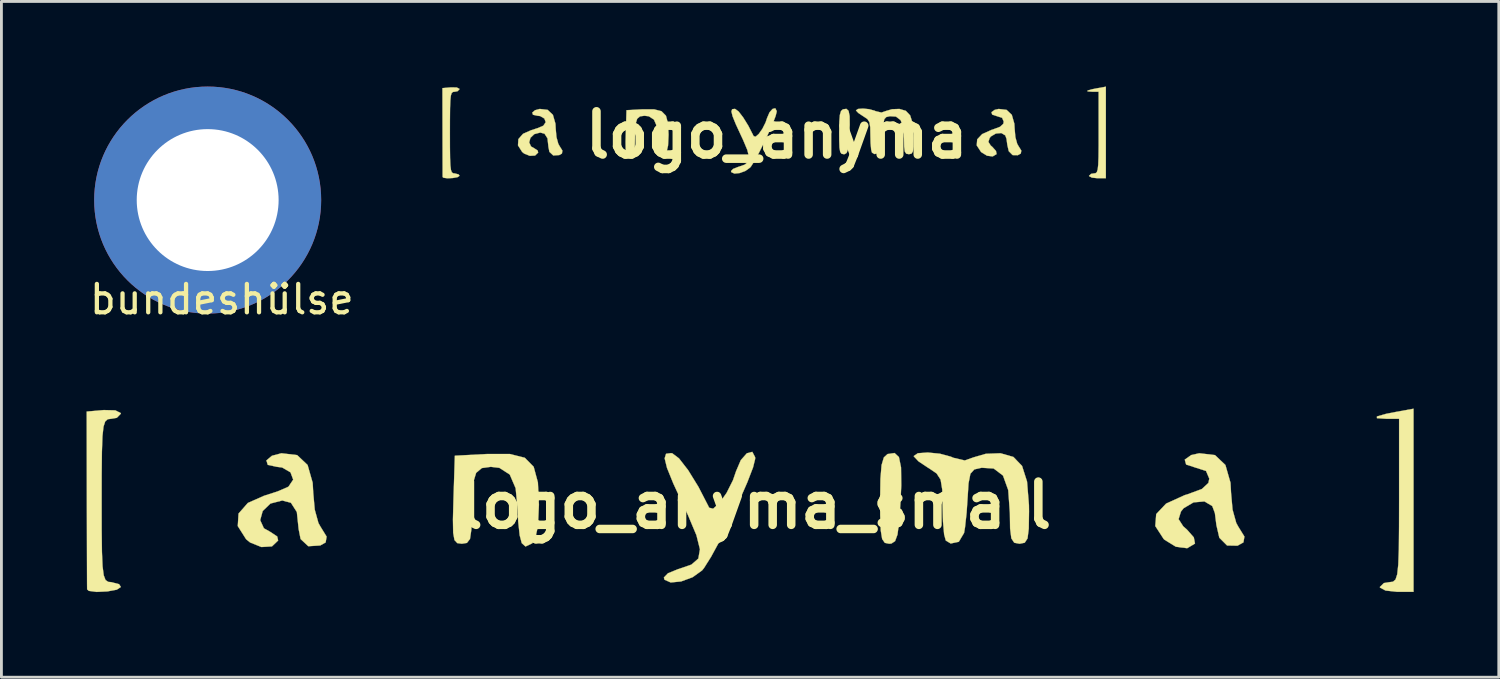
<source format=kicad_pcb>
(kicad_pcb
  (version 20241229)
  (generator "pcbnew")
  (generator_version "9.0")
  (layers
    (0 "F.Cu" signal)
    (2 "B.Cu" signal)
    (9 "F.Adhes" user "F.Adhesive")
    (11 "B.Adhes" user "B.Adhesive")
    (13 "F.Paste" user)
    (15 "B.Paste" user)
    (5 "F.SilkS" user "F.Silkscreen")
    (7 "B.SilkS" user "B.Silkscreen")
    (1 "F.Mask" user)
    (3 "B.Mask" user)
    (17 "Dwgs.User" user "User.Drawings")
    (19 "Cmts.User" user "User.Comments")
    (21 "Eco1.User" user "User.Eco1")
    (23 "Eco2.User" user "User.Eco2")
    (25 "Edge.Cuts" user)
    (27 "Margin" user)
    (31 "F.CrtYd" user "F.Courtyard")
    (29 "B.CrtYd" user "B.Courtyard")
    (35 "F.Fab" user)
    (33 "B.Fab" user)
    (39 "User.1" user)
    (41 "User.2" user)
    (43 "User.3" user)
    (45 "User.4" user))
  (footprint "bundeshülse"
    (layer "F.Cu")
    (at 4.768 7)
    (property "Reference" "bundeshülse" (at 0 0.5 0) (layer "F.SilkS") (effects (font (size 1 1) (thickness 0.15))))
    (attr through_hole)
    (pad "1" thru_hole circle (at -0.5 -3) (size 8 8) (drill 5) (layers "*.Cu" "*.Mask")))
  (footprint "logo_anyma_small"
    (layer "F.Cu")
    (at 23.561 14.755)
    (property "Reference" "logo_anyma_small" (at 0 0 0) (layer "F.SilkS") (effects (font (size 1.524 1.524) (thickness 0.3))))
    (attr through_hole)
    (fp_poly (pts (xy 5.065 -1.699) (xy 5.14 -1.333) (xy 5.148 -0.703) (xy 5.122 -0.127) (xy 5.073 0.59) (xy 5.015 1.032) (xy 4.93 1.263) (xy 4.802 1.348) (xy 4.72 1.355) (xy 4.569 1.324) (xy 4.475 1.189) (xy 4.425 0.887) (xy 4.405 0.352) (xy 4.403 -0.175) (xy 4.414 -0.933) (xy 4.454 -1.416) (xy 4.534 -1.685) (xy 4.663 -1.804) (xy 4.668 -1.806) (xy 4.912 -1.842) (xy 5.065 -1.699)) (stroke (width 0.01) (type solid)) (fill yes) (layer "F.SilkS"))
    (fp_poly (pts (xy 23.199 3.048) (xy 22.606 3.048) (xy 22.214 3.005) (xy 22.018 2.901) (xy 22.013 2.879) (xy 22.155 2.741) (xy 22.352 2.709) (xy 22.475 2.694) (xy 22.565 2.617) (xy 22.625 2.432) (xy 22.662 2.09) (xy 22.682 1.544) (xy 22.689 0.747) (xy 22.691 -0.169) (xy 22.691 -3.048) (xy 22.239 -3.048) (xy 21.91 -3.069) (xy 21.909 -3.129) (xy 22.224 -3.22) (xy 22.564 -3.287) (xy 23.199 -3.402) (xy 23.199 3.048)) (stroke (width 0.01) (type solid)) (fill yes) (layer "F.SilkS"))
    (fp_poly (pts (xy -22.548 -3.345) (xy -22.356 -3.249) (xy -22.352 -3.228) (xy -22.494 -3.082) (xy -22.691 -3.048) (xy -22.814 -3.033) (xy -22.903 -2.956) (xy -22.964 -2.77) (xy -23.001 -2.428) (xy -23.02 -1.883) (xy -23.028 -1.086) (xy -23.029 -0.169) (xy -23.028 0.88) (xy -23.019 1.637) (xy -22.997 2.15) (xy -22.956 2.467) (xy -22.892 2.634) (xy -22.799 2.699) (xy -22.691 2.709) (xy -22.416 2.78) (xy -22.352 2.879) (xy -22.495 2.974) (xy -22.827 3.035) (xy -23.204 3.053) (xy -23.482 3.016) (xy -23.541 2.963) (xy -23.543 2.775) (xy -23.545 2.303) (xy -23.547 1.602) (xy -23.549 0.728) (xy -23.551 -0.212) (xy -23.556 -3.302) (xy -22.954 -3.355) (xy -22.548 -3.345)) (stroke (width 0.01) (type solid)) (fill yes) (layer "F.SilkS"))
    (fp_poly (pts (xy -8.118 -1.674) (xy -7.805 -1.356) (xy -7.656 -0.803) (xy -7.62 -0.021) (xy -7.655 0.747) (xy -7.763 1.208) (xy -7.859 1.342) (xy -8.093 1.453) (xy -8.225 1.334) (xy -8.298 1.06) (xy -8.351 0.571) (xy -8.367 0.167) (xy -8.441 -0.601) (xy -8.649 -1.084) (xy -9.014 -1.319) (xy -9.316 -1.355) (xy -9.632 -1.311) (xy -9.833 -1.142) (xy -9.942 -0.786) (xy -9.986 -0.185) (xy -9.991 0.268) (xy -10.001 0.858) (xy -10.049 1.186) (xy -10.157 1.326) (xy -10.336 1.355) (xy -10.497 1.333) (xy -10.596 1.226) (xy -10.642 0.969) (xy -10.65 0.498) (xy -10.632 -0.196) (xy -10.583 -1.746) (xy -9.443 -1.807) (xy -8.647 -1.807) (xy -8.118 -1.674)) (stroke (width 0.01) (type solid)) (fill yes) (layer "F.SilkS"))
    (fp_poly (pts (xy -16.14 -1.768) (xy -15.772 -1.42) (xy -15.593 -0.792) (xy -15.573 -0.439) (xy -15.52 0.154) (xy -15.39 0.625) (xy -15.319 0.752) (xy -15.102 1.104) (xy -15.136 1.309) (xy -15.325 1.416) (xy -15.747 1.443) (xy -16.018 1.19) (xy -16.087 0.842) (xy -16.151 0.237) (xy -16.359 -0.088) (xy -16.664 -0.169) (xy -17.082 -0.061) (xy -17.354 0.202) (xy -17.443 0.524) (xy -17.312 0.811) (xy -17.093 0.934) (xy -16.843 1.099) (xy -16.81 1.242) (xy -17.028 1.449) (xy -17.4 1.471) (xy -17.798 1.311) (xy -17.939 1.196) (xy -18.232 0.733) (xy -18.205 0.292) (xy -17.877 -0.082) (xy -17.311 -0.333) (xy -16.835 -0.486) (xy -16.481 -0.638) (xy -16.443 -0.66) (xy -16.279 -0.903) (xy -16.374 -1.16) (xy -16.67 -1.332) (xy -16.857 -1.355) (xy -17.175 -1.424) (xy -17.224 -1.58) (xy -17.029 -1.744) (xy -16.694 -1.833) (xy -16.14 -1.768)) (stroke (width 0.01) (type solid)) (fill yes) (layer "F.SilkS"))
    (fp_poly (pts (xy -0.002 -1.695) (xy 0 -1.636) (xy -0.075 -1.334) (xy -0.275 -0.815) (xy -0.561 -0.16) (xy -0.895 0.551) (xy -1.239 1.237) (xy -1.555 1.817) (xy -1.804 2.212) (xy -1.871 2.295) (xy -2.205 2.535) (xy -2.61 2.684) (xy -2.976 2.72) (xy -3.195 2.624) (xy -3.217 2.545) (xy -3.072 2.395) (xy -2.717 2.251) (xy -2.681 2.241) (xy -2.247 2.091) (xy -2.003 1.878) (xy -1.946 1.551) (xy -2.07 1.055) (xy -2.372 0.338) (xy -2.506 0.052) (xy -2.882 -0.762) (xy -3.107 -1.317) (xy -3.19 -1.655) (xy -3.14 -1.815) (xy -2.966 -1.838) (xy -2.921 -1.831) (xy -2.685 -1.653) (xy -2.362 -1.237) (xy -2.001 -0.652) (xy -1.649 0.03) (xy -1.624 0.085) (xy -1.482 0.121) (xy -1.258 -0.079) (xy -1.006 -0.438) (xy -0.782 -0.884) (xy -0.673 -1.201) (xy -0.506 -1.591) (xy -0.292 -1.833) (xy -0.101 -1.883) (xy -0.002 -1.695)) (stroke (width 0.01) (type solid)) (fill yes) (layer "F.SilkS"))
    (fp_poly (pts (xy 16.203 -1.768) (xy 16.57 -1.42) (xy 16.75 -0.792) (xy 16.769 -0.439) (xy 16.822 0.154) (xy 16.953 0.625) (xy 17.023 0.752) (xy 17.24 1.103) (xy 17.205 1.308) (xy 16.997 1.424) (xy 16.629 1.417) (xy 16.356 1.144) (xy 16.253 0.699) (xy 16.199 0.273) (xy 16.107 0.028) (xy 15.832 -0.136) (xy 15.447 -0.102) (xy 15.097 0.104) (xy 15.003 0.222) (xy 14.92 0.489) (xy 15.083 0.741) (xy 15.211 0.853) (xy 15.457 1.131) (xy 15.498 1.349) (xy 15.497 1.35) (xy 15.223 1.513) (xy 14.825 1.461) (xy 14.422 1.213) (xy 14.393 1.185) (xy 14.099 0.732) (xy 14.132 0.31) (xy 14.481 -0.059) (xy 15.135 -0.357) (xy 15.24 -0.388) (xy 15.743 -0.575) (xy 15.971 -0.787) (xy 16.002 -0.939) (xy 15.887 -1.21) (xy 15.526 -1.325) (xy 15.186 -1.436) (xy 15.138 -1.609) (xy 15.367 -1.77) (xy 15.649 -1.833) (xy 16.203 -1.768)) (stroke (width 0.01) (type solid)) (fill yes) (layer "F.SilkS"))
    (fp_poly (pts (xy 6.51 -1.817) (xy 6.897 -1.712) (xy 6.975 -1.676) (xy 7.385 -1.579) (xy 7.697 -1.689) (xy 8.128 -1.814) (xy 8.644 -1.833) (xy 8.645 -1.833) (xy 9.1 -1.703) (xy 9.405 -1.385) (xy 9.58 -0.835) (xy 9.647 -0.011) (xy 9.65 0.212) (xy 9.641 0.821) (xy 9.598 1.166) (xy 9.499 1.319) (xy 9.322 1.355) (xy 9.313 1.355) (xy 9.129 1.32) (xy 9.027 1.166) (xy 8.983 0.817) (xy 8.975 0.266) (xy 8.917 -0.536) (xy 8.733 -1.047) (xy 8.404 -1.296) (xy 7.98 -1.322) (xy 7.723 -1.264) (xy 7.584 -1.11) (xy 7.518 -0.772) (xy 7.491 -0.339) (xy 7.451 0.261) (xy 7.395 0.774) (xy 7.361 0.974) (xy 7.176 1.286) (xy 6.89 1.347) (xy 6.717 1.242) (xy 6.658 1.025) (xy 6.618 0.573) (xy 6.604 0.049) (xy 6.593 -0.547) (xy 6.535 -0.903) (xy 6.394 -1.121) (xy 6.132 -1.3) (xy 6.097 -1.32) (xy 5.756 -1.547) (xy 5.592 -1.721) (xy 5.589 -1.736) (xy 5.732 -1.834) (xy 6.08 -1.859) (xy 6.51 -1.817)) (stroke (width 0.01) (type solid)) (fill yes) (layer "F.SilkS")))
  (footprint "logo_anyma"
    (layer "F.Cu")
    (at 24.319 1.706)
    (property "Reference" "logo_anyma" (at 0 0 0) (layer "F.SilkS") (effects (font (size 1.524 1.524) (thickness 0.3))))
    (attr through_hole)
    (fp_poly (pts (xy 2.533 -0.85) (xy 2.57 -0.667) (xy 2.574 -0.351) (xy 2.561 -0.064) (xy 2.537 0.295) (xy 2.508 0.516) (xy 2.465 0.632) (xy 2.401 0.674) (xy 2.36 0.677) (xy 2.285 0.662) (xy 2.238 0.595) (xy 2.212 0.443) (xy 2.203 0.176) (xy 2.201 -0.087) (xy 2.207 -0.467) (xy 2.227 -0.708) (xy 2.267 -0.843) (xy 2.332 -0.902) (xy 2.334 -0.903) (xy 2.456 -0.921) (xy 2.533 -0.85)) (stroke (width 0.01) (type solid)) (fill yes) (layer "F.SilkS"))
    (fp_poly (pts (xy 11.599 1.524) (xy 11.303 1.524) (xy 11.107 1.503) (xy 11.009 1.45) (xy 11.007 1.439) (xy 11.078 1.371) (xy 11.176 1.355) (xy 11.238 1.347) (xy 11.282 1.309) (xy 11.312 1.216) (xy 11.331 1.045) (xy 11.341 0.772) (xy 11.345 0.374) (xy 11.345 -0.085) (xy 11.345 -1.524) (xy 11.12 -1.524) (xy 10.955 -1.535) (xy 10.954 -1.564) (xy 11.112 -1.61) (xy 11.282 -1.644) (xy 11.599 -1.701) (xy 11.599 1.524)) (stroke (width 0.01) (type solid)) (fill yes) (layer "F.SilkS"))
    (fp_poly (pts (xy -11.274 -1.673) (xy -11.178 -1.624) (xy -11.176 -1.614) (xy -11.247 -1.541) (xy -11.345 -1.524) (xy -11.407 -1.516) (xy -11.452 -1.478) (xy -11.482 -1.385) (xy -11.5 -1.214) (xy -11.51 -0.941) (xy -11.514 -0.543) (xy -11.515 -0.085) (xy -11.514 0.44) (xy -11.509 0.818) (xy -11.498 1.075) (xy -11.478 1.233) (xy -11.446 1.317) (xy -11.399 1.35) (xy -11.345 1.355) (xy -11.208 1.39) (xy -11.176 1.439) (xy -11.247 1.487) (xy -11.413 1.517) (xy -11.602 1.526) (xy -11.741 1.508) (xy -11.771 1.482) (xy -11.772 1.387) (xy -11.772 1.151) (xy -11.773 0.801) (xy -11.774 0.364) (xy -11.775 -0.106) (xy -11.778 -1.651) (xy -11.477 -1.677) (xy -11.274 -1.673)) (stroke (width 0.01) (type solid)) (fill yes) (layer "F.SilkS"))
    (fp_poly (pts (xy -4.059 -0.837) (xy -3.902 -0.678) (xy -3.828 -0.402) (xy -3.81 -0.01) (xy -3.828 0.374) (xy -3.882 0.604) (xy -3.929 0.671) (xy -4.046 0.726) (xy -4.113 0.667) (xy -4.149 0.53) (xy -4.175 0.286) (xy -4.184 0.083) (xy -4.221 -0.3) (xy -4.325 -0.542) (xy -4.507 -0.659) (xy -4.658 -0.677) (xy -4.816 -0.656) (xy -4.916 -0.571) (xy -4.971 -0.393) (xy -4.993 -0.092) (xy -4.995 0.134) (xy -5.001 0.429) (xy -5.024 0.593) (xy -5.079 0.663) (xy -5.168 0.677) (xy -5.249 0.667) (xy -5.298 0.613) (xy -5.321 0.485) (xy -5.325 0.249) (xy -5.316 -0.098) (xy -5.292 -0.873) (xy -4.721 -0.904) (xy -4.323 -0.904) (xy -4.059 -0.837)) (stroke (width 0.01) (type solid)) (fill yes) (layer "F.SilkS"))
    (fp_poly (pts (xy -8.07 -0.884) (xy -7.886 -0.71) (xy -7.796 -0.396) (xy -7.787 -0.22) (xy -7.76 0.077) (xy -7.695 0.313) (xy -7.66 0.376) (xy -7.551 0.552) (xy -7.568 0.655) (xy -7.662 0.708) (xy -7.873 0.722) (xy -8.009 0.595) (xy -8.043 0.421) (xy -8.076 0.119) (xy -8.18 -0.044) (xy -8.332 -0.085) (xy -8.541 -0.03) (xy -8.677 0.101) (xy -8.722 0.262) (xy -8.656 0.406) (xy -8.547 0.467) (xy -8.422 0.549) (xy -8.405 0.621) (xy -8.514 0.725) (xy -8.7 0.735) (xy -8.899 0.655) (xy -8.969 0.598) (xy -9.116 0.367) (xy -9.102 0.146) (xy -8.938 -0.041) (xy -8.656 -0.166) (xy -8.418 -0.243) (xy -8.24 -0.319) (xy -8.221 -0.33) (xy -8.139 -0.451) (xy -8.187 -0.58) (xy -8.335 -0.666) (xy -8.429 -0.677) (xy -8.588 -0.712) (xy -8.612 -0.79) (xy -8.515 -0.872) (xy -8.347 -0.917) (xy -8.07 -0.884)) (stroke (width 0.01) (type solid)) (fill yes) (layer "F.SilkS"))
    (fp_poly (pts (xy -0.001 -0.847) (xy 0 -0.818) (xy -0.038 -0.667) (xy -0.137 -0.407) (xy -0.281 -0.08) (xy -0.448 0.276) (xy -0.62 0.618) (xy -0.778 0.909) (xy -0.902 1.106) (xy -0.936 1.148) (xy -1.103 1.268) (xy -1.305 1.342) (xy -1.488 1.36) (xy -1.597 1.312) (xy -1.609 1.272) (xy -1.536 1.197) (xy -1.359 1.126) (xy -1.34 1.121) (xy -1.123 1.045) (xy -1.002 0.939) (xy -0.973 0.775) (xy -1.035 0.527) (xy -1.186 0.169) (xy -1.253 0.026) (xy -1.441 -0.381) (xy -1.554 -0.659) (xy -1.595 -0.827) (xy -1.57 -0.907) (xy -1.483 -0.919) (xy -1.46 -0.915) (xy -1.342 -0.827) (xy -1.181 -0.618) (xy -1 -0.326) (xy -0.825 0.015) (xy -0.812 0.042) (xy -0.741 0.06) (xy -0.629 -0.039) (xy -0.503 -0.219) (xy -0.391 -0.442) (xy -0.337 -0.601) (xy -0.253 -0.796) (xy -0.146 -0.917) (xy -0.05 -0.941) (xy -0.001 -0.847)) (stroke (width 0.01) (type solid)) (fill yes) (layer "F.SilkS"))
    (fp_poly (pts (xy 8.101 -0.884) (xy 8.285 -0.71) (xy 8.375 -0.396) (xy 8.385 -0.22) (xy 8.411 0.077) (xy 8.476 0.313) (xy 8.512 0.376) (xy 8.62 0.551) (xy 8.602 0.654) (xy 8.498 0.712) (xy 8.314 0.709) (xy 8.178 0.572) (xy 8.127 0.349) (xy 8.099 0.136) (xy 8.054 0.014) (xy 7.916 -0.068) (xy 7.724 -0.051) (xy 7.549 0.052) (xy 7.502 0.111) (xy 7.46 0.245) (xy 7.541 0.37) (xy 7.605 0.426) (xy 7.728 0.565) (xy 7.749 0.674) (xy 7.748 0.675) (xy 7.612 0.756) (xy 7.412 0.731) (xy 7.211 0.607) (xy 7.197 0.593) (xy 7.049 0.366) (xy 7.066 0.155) (xy 7.24 -0.03) (xy 7.568 -0.178) (xy 7.62 -0.194) (xy 7.871 -0.288) (xy 7.985 -0.393) (xy 8.001 -0.469) (xy 7.944 -0.605) (xy 7.763 -0.662) (xy 7.593 -0.718) (xy 7.569 -0.804) (xy 7.683 -0.885) (xy 7.825 -0.917) (xy 8.101 -0.884)) (stroke (width 0.01) (type solid)) (fill yes) (layer "F.SilkS"))
    (fp_poly (pts (xy 3.255 -0.909) (xy 3.449 -0.856) (xy 3.487 -0.838) (xy 3.692 -0.79) (xy 3.848 -0.844) (xy 4.064 -0.907) (xy 4.322 -0.917) (xy 4.323 -0.917) (xy 4.55 -0.851) (xy 4.702 -0.692) (xy 4.79 -0.418) (xy 4.823 -0.005) (xy 4.825 0.106) (xy 4.821 0.41) (xy 4.799 0.583) (xy 4.749 0.659) (xy 4.661 0.677) (xy 4.657 0.677) (xy 4.565 0.66) (xy 4.514 0.583) (xy 4.492 0.409) (xy 4.487 0.133) (xy 4.459 -0.268) (xy 4.367 -0.523) (xy 4.202 -0.648) (xy 3.99 -0.661) (xy 3.862 -0.632) (xy 3.792 -0.555) (xy 3.759 -0.386) (xy 3.746 -0.169) (xy 3.725 0.131) (xy 3.698 0.387) (xy 3.681 0.487) (xy 3.588 0.643) (xy 3.445 0.673) (xy 3.358 0.621) (xy 3.329 0.513) (xy 3.309 0.287) (xy 3.302 0.024) (xy 3.297 -0.273) (xy 3.268 -0.452) (xy 3.197 -0.561) (xy 3.066 -0.65) (xy 3.049 -0.66) (xy 2.878 -0.774) (xy 2.796 -0.861) (xy 2.795 -0.868) (xy 2.866 -0.917) (xy 3.04 -0.93) (xy 3.255 -0.909)) (stroke (width 0.01) (type solid)) (fill yes) (layer "F.SilkS")))
  (gr_rect
    (start -3 -3)
    (end 49.765 20.813)
    (stroke (width 0.1) (type default))
    (fill no)
    (layer "Edge.Cuts")))
</source>
